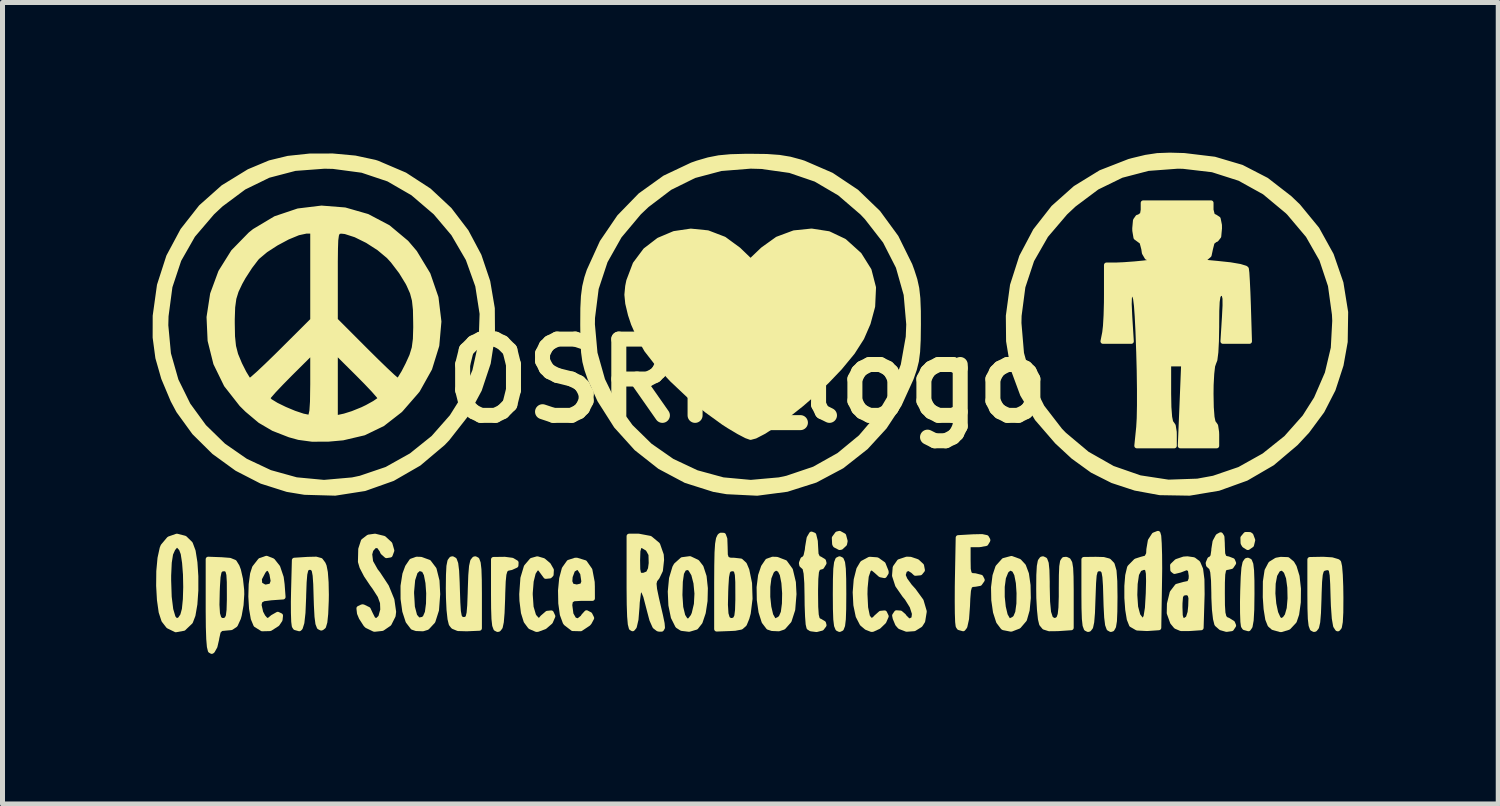
<source format=kicad_pcb>
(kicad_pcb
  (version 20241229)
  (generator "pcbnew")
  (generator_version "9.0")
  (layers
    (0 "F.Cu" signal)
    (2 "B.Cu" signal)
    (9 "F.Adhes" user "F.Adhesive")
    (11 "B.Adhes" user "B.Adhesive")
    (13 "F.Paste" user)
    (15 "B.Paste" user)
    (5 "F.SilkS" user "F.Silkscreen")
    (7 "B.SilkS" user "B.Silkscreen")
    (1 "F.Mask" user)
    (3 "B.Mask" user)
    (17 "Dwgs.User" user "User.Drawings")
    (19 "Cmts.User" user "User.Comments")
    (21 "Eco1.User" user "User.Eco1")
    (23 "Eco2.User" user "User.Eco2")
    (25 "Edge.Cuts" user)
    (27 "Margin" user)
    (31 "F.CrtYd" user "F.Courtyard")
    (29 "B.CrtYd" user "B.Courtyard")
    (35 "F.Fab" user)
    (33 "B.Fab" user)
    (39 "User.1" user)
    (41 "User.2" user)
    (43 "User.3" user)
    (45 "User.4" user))
  (footprint "OSRF_logo"
    (layer "F.Cu")
    (at 11.891 4.56)
    (property "Reference" "OSRF_logo" (at 0 0 0) (layer "F.SilkS") (effects (font (size 1.524 1.524) (thickness 0.3))))
    (attr through_hole)
    (fp_poly (pts (xy 1.946 3.202) (xy 1.934 3.26) (xy 1.864 3.325) (xy 1.836 3.33) (xy 1.75 3.285) (xy 1.736 3.26) (xy 1.73 3.139) (xy 1.789 3.059) (xy 1.833 3.048) (xy 1.917 3.094) (xy 1.946 3.202)) (stroke (width 0.1) (type solid)) (fill yes) (layer "F.SilkS"))
    (fp_poly (pts (xy 10.09 3.182) (xy 10.066 3.281) (xy 9.995 3.33) (xy 9.991 3.33) (xy 9.921 3.285) (xy 9.897 3.242) (xy 9.894 3.137) (xy 9.95 3.07) (xy 10.031 3.071) (xy 10.055 3.089) (xy 10.09 3.182)) (stroke (width 0.1) (type solid)) (fill yes) (layer "F.SilkS"))
    (fp_poly (pts (xy 10.075 4.257) (xy 10.071 4.571) (xy 10.059 4.784) (xy 10.037 4.907) (xy 10.005 4.953) (xy 9.926 4.931) (xy 9.904 4.898) (xy 9.893 4.811) (xy 9.887 4.639) (xy 9.886 4.408) (xy 9.89 4.201) (xy 9.9 3.923) (xy 9.914 3.74) (xy 9.936 3.635) (xy 9.968 3.59) (xy 9.991 3.584) (xy 10.027 3.601) (xy 10.052 3.664) (xy 10.067 3.79) (xy 10.074 3.995) (xy 10.075 4.257)) (stroke (width 0.1) (type solid)) (fill yes) (layer "F.SilkS"))
    (fp_poly (pts (xy -4.629 3.632) (xy -4.632 3.688) (xy -4.727 3.731) (xy -4.755 3.736) (xy -4.812 3.749) (xy -4.849 3.786) (xy -4.872 3.865) (xy -4.886 4.007) (xy -4.895 4.234) (xy -4.898 4.36) (xy -4.909 4.637) (xy -4.924 4.818) (xy -4.946 4.921) (xy -4.979 4.963) (xy -4.997 4.967) (xy -5.033 4.949) (xy -5.057 4.884) (xy -5.071 4.755) (xy -5.078 4.545) (xy -5.08 4.268) (xy -5.08 3.569) (xy -4.854 3.566) (xy -4.708 3.585) (xy -4.629 3.632)) (stroke (width 0.1) (type solid)) (fill yes) (layer "F.SilkS"))
    (fp_poly (pts (xy 1.919 4.262) (xy 1.917 4.56) (xy 1.91 4.763) (xy 1.895 4.888) (xy 1.871 4.95) (xy 1.835 4.967) (xy 1.834 4.967) (xy 1.799 4.95) (xy 1.774 4.889) (xy 1.759 4.766) (xy 1.752 4.565) (xy 1.75 4.268) (xy 1.75 4.262) (xy 1.752 3.963) (xy 1.759 3.76) (xy 1.774 3.636) (xy 1.798 3.573) (xy 1.834 3.556) (xy 1.834 3.556) (xy 1.87 3.573) (xy 1.895 3.634) (xy 1.91 3.757) (xy 1.917 3.958) (xy 1.919 4.255) (xy 1.919 4.262)) (stroke (width 0.1) (type solid)) (fill yes) (layer "F.SilkS"))
    (fp_poly (pts (xy 2.766 4.704) (xy 2.72 4.809) (xy 2.615 4.91) (xy 2.496 4.965) (xy 2.474 4.967) (xy 2.374 4.928) (xy 2.285 4.853) (xy 2.206 4.7) (xy 2.16 4.479) (xy 2.147 4.225) (xy 2.167 3.974) (xy 2.22 3.764) (xy 2.292 3.642) (xy 2.435 3.565) (xy 2.584 3.576) (xy 2.706 3.662) (xy 2.765 3.809) (xy 2.766 3.835) (xy 2.731 3.891) (xy 2.652 3.875) (xy 2.564 3.796) (xy 2.481 3.728) (xy 2.415 3.766) (xy 2.368 3.904) (xy 2.345 4.136) (xy 2.342 4.262) (xy 2.355 4.531) (xy 2.392 4.71) (xy 2.45 4.791) (xy 2.527 4.769) (xy 2.564 4.727) (xy 2.656 4.645) (xy 2.734 4.637) (xy 2.766 4.704)) (stroke (width 0.1) (type solid)) (fill yes) (layer "F.SilkS"))
    (fp_poly (pts (xy 4.798 3.186) (xy 4.759 3.25) (xy 4.631 3.273) (xy 4.6 3.274) (xy 4.403 3.274) (xy 4.403 3.584) (xy 4.406 3.762) (xy 4.426 3.855) (xy 4.473 3.89) (xy 4.544 3.895) (xy 4.657 3.924) (xy 4.685 3.979) (xy 4.636 4.048) (xy 4.546 4.064) (xy 4.476 4.07) (xy 4.433 4.104) (xy 4.41 4.189) (xy 4.397 4.349) (xy 4.391 4.497) (xy 4.372 4.755) (xy 4.338 4.909) (xy 4.304 4.953) (xy 4.225 4.931) (xy 4.204 4.899) (xy 4.194 4.817) (xy 4.188 4.645) (xy 4.186 4.403) (xy 4.187 4.115) (xy 4.189 3.977) (xy 4.205 3.133) (xy 4.501 3.116) (xy 4.68 3.112) (xy 4.77 3.131) (xy 4.798 3.18) (xy 4.798 3.186)) (stroke (width 0.1) (type solid)) (fill yes) (layer "F.SilkS"))
    (fp_poly (pts (xy -3.895 4.704) (xy -3.943 4.815) (xy -4.058 4.914) (xy -4.196 4.965) (xy -4.222 4.967) (xy -4.346 4.913) (xy -4.429 4.801) (xy -4.482 4.631) (xy -4.512 4.392) (xy -4.516 4.262) (xy -4.493 3.943) (xy -4.425 3.716) (xy -4.315 3.587) (xy -4.205 3.556) (xy -4.085 3.591) (xy -3.983 3.677) (xy -3.924 3.78) (xy -3.929 3.871) (xy -3.956 3.898) (xy -4.036 3.906) (xy -4.087 3.837) (xy -4.158 3.739) (xy -4.226 3.742) (xy -4.285 3.833) (xy -4.327 4.002) (xy -4.346 4.236) (xy -4.346 4.275) (xy -4.329 4.52) (xy -4.28 4.687) (xy -4.262 4.716) (xy -4.193 4.791) (xy -4.141 4.776) (xy -4.1 4.727) (xy -4.005 4.645) (xy -3.926 4.637) (xy -3.895 4.704)) (stroke (width 0.1) (type solid)) (fill yes) (layer "F.SilkS"))
    (fp_poly (pts (xy -6.195 4.262) (xy -6.219 4.579) (xy -6.29 4.802) (xy -6.375 4.894) (xy -6.375 4.243) (xy -6.39 4.035) (xy -6.423 3.867) (xy -6.469 3.777) (xy -6.566 3.744) (xy -6.643 3.813) (xy -6.695 3.973) (xy -6.717 4.214) (xy -6.717 4.248) (xy -6.701 4.518) (xy -6.654 4.698) (xy -6.582 4.782) (xy -6.486 4.764) (xy -6.446 4.73) (xy -6.402 4.628) (xy -6.379 4.453) (xy -6.375 4.243) (xy -6.375 4.894) (xy -6.407 4.928) (xy -6.492 4.954) (xy -6.624 4.949) (xy -6.694 4.925) (xy -6.788 4.802) (xy -6.853 4.602) (xy -6.887 4.357) (xy -6.888 4.099) (xy -6.851 3.863) (xy -6.798 3.719) (xy -6.718 3.601) (xy -6.615 3.564) (xy -6.531 3.567) (xy -6.373 3.624) (xy -6.267 3.764) (xy -6.209 3.996) (xy -6.195 4.262)) (stroke (width 0.1) (type solid)) (fill yes) (layer "F.SilkS"))
    (fp_poly (pts (xy -0.847 4.145) (xy -0.853 4.396) (xy -0.889 4.631) (xy -0.952 4.819) (xy -1.015 4.899) (xy -1.015 4.25) (xy -1.035 4.04) (xy -1.08 3.865) (xy -1.147 3.752) (xy -1.206 3.725) (xy -1.277 3.752) (xy -1.323 3.841) (xy -1.347 4.01) (xy -1.355 4.274) (xy -1.355 4.283) (xy -1.339 4.524) (xy -1.297 4.697) (xy -1.237 4.792) (xy -1.166 4.798) (xy -1.094 4.706) (xy -1.071 4.653) (xy -1.026 4.463) (xy -1.015 4.25) (xy -1.015 4.899) (xy -1.034 4.923) (xy -1.172 4.964) (xy -1.32 4.946) (xy -1.401 4.894) (xy -1.487 4.722) (xy -1.536 4.482) (xy -1.548 4.211) (xy -1.523 3.948) (xy -1.458 3.731) (xy -1.431 3.683) (xy -1.308 3.573) (xy -1.156 3.553) (xy -1.012 3.621) (xy -0.933 3.723) (xy -0.872 3.909) (xy -0.847 4.145)) (stroke (width 0.1) (type solid)) (fill yes) (layer "F.SilkS"))
    (fp_poly (pts (xy 3.527 4.608) (xy 3.496 4.8) (xy 3.447 4.877) (xy 3.326 4.952) (xy 3.174 4.963) (xy 3.041 4.912) (xy 2.994 4.858) (xy 2.946 4.743) (xy 2.935 4.689) (xy 2.972 4.634) (xy 3.05 4.64) (xy 3.118 4.698) (xy 3.125 4.713) (xy 3.2 4.788) (xy 3.244 4.798) (xy 3.319 4.757) (xy 3.331 4.652) (xy 3.284 4.505) (xy 3.183 4.342) (xy 3.133 4.282) (xy 2.995 4.083) (xy 2.933 3.892) (xy 2.946 3.729) (xy 3.028 3.613) (xy 3.178 3.563) (xy 3.251 3.566) (xy 3.386 3.612) (xy 3.473 3.693) (xy 3.49 3.782) (xy 3.446 3.836) (xy 3.351 3.845) (xy 3.3 3.797) (xy 3.213 3.743) (xy 3.135 3.78) (xy 3.104 3.882) (xy 3.142 3.973) (xy 3.237 4.104) (xy 3.313 4.188) (xy 3.465 4.397) (xy 3.527 4.608)) (stroke (width 0.1) (type solid)) (fill yes) (layer "F.SilkS"))
    (fp_poly (pts (xy 0.924 4.262) (xy 0.899 4.57) (xy 0.827 4.793) (xy 0.737 4.895) (xy 0.737 4.243) (xy 0.722 4.035) (xy 0.689 3.867) (xy 0.643 3.777) (xy 0.563 3.734) (xy 0.495 3.781) (xy 0.474 3.809) (xy 0.424 3.933) (xy 0.401 4.113) (xy 0.4 4.318) (xy 0.421 4.518) (xy 0.46 4.683) (xy 0.516 4.782) (xy 0.552 4.798) (xy 0.628 4.762) (xy 0.666 4.73) (xy 0.71 4.628) (xy 0.733 4.453) (xy 0.737 4.243) (xy 0.737 4.895) (xy 0.712 4.923) (xy 0.62 4.954) (xy 0.486 4.948) (xy 0.413 4.924) (xy 0.326 4.81) (xy 0.265 4.617) (xy 0.231 4.378) (xy 0.227 4.125) (xy 0.256 3.891) (xy 0.314 3.719) (xy 0.394 3.601) (xy 0.497 3.564) (xy 0.581 3.567) (xy 0.744 3.629) (xy 0.853 3.78) (xy 0.912 4.027) (xy 0.924 4.262)) (stroke (width 0.1) (type solid)) (fill yes) (layer "F.SilkS"))
    (fp_poly (pts (xy 11.852 4.337) (xy 11.85 4.626) (xy 11.84 4.817) (xy 11.821 4.921) (xy 11.792 4.955) (xy 11.783 4.953) (xy 11.746 4.896) (xy 11.72 4.746) (xy 11.702 4.495) (xy 11.696 4.324) (xy 11.688 4.057) (xy 11.678 3.883) (xy 11.66 3.784) (xy 11.631 3.74) (xy 11.586 3.732) (xy 11.555 3.736) (xy 11.5 3.75) (xy 11.463 3.787) (xy 11.44 3.868) (xy 11.426 4.013) (xy 11.417 4.242) (xy 11.414 4.36) (xy 11.404 4.637) (xy 11.389 4.818) (xy 11.366 4.921) (xy 11.333 4.963) (xy 11.315 4.967) (xy 11.28 4.949) (xy 11.256 4.884) (xy 11.241 4.755) (xy 11.234 4.545) (xy 11.232 4.269) (xy 11.232 3.57) (xy 11.498 3.565) (xy 11.673 3.576) (xy 11.788 3.61) (xy 11.808 3.628) (xy 11.826 3.71) (xy 11.84 3.878) (xy 11.849 4.108) (xy 11.852 4.337)) (stroke (width 0.1) (type solid)) (fill yes) (layer "F.SilkS"))
    (fp_poly (pts (xy -5.362 4.943) (xy -5.615 4.954) (xy -5.788 4.949) (xy -5.885 4.909) (xy -5.925 4.857) (xy -5.949 4.757) (xy -5.969 4.574) (xy -5.98 4.336) (xy -5.983 4.152) (xy -5.98 3.88) (xy -5.971 3.702) (xy -5.951 3.601) (xy -5.92 3.56) (xy -5.9 3.556) (xy -5.862 3.577) (xy -5.835 3.651) (xy -5.817 3.797) (xy -5.806 4.03) (xy -5.802 4.163) (xy -5.793 4.431) (xy -5.782 4.606) (xy -5.763 4.708) (xy -5.733 4.756) (xy -5.688 4.769) (xy -5.673 4.77) (xy -5.623 4.762) (xy -5.589 4.725) (xy -5.568 4.639) (xy -5.555 4.485) (xy -5.546 4.243) (xy -5.544 4.163) (xy -5.534 3.886) (xy -5.519 3.705) (xy -5.496 3.602) (xy -5.463 3.56) (xy -5.445 3.556) (xy -5.41 3.574) (xy -5.386 3.64) (xy -5.371 3.769) (xy -5.364 3.98) (xy -5.362 4.249) (xy -5.362 4.943)) (stroke (width 0.1) (type solid)) (fill yes) (layer "F.SilkS"))
    (fp_poly (pts (xy 5.606 4.339) (xy 5.583 4.58) (xy 5.53 4.765) (xy 5.528 4.77) (xy 5.421 4.895) (xy 5.421 4.243) (xy 5.407 4.035) (xy 5.374 3.867) (xy 5.328 3.777) (xy 5.248 3.734) (xy 5.18 3.781) (xy 5.159 3.809) (xy 5.109 3.933) (xy 5.085 4.113) (xy 5.085 4.318) (xy 5.106 4.518) (xy 5.145 4.683) (xy 5.201 4.782) (xy 5.237 4.798) (xy 5.313 4.762) (xy 5.351 4.73) (xy 5.394 4.628) (xy 5.418 4.453) (xy 5.421 4.243) (xy 5.421 4.895) (xy 5.415 4.903) (xy 5.262 4.962) (xy 5.11 4.932) (xy 5.098 4.924) (xy 5.012 4.81) (xy 4.95 4.618) (xy 4.916 4.38) (xy 4.911 4.127) (xy 4.94 3.894) (xy 4.997 3.723) (xy 5.117 3.589) (xy 5.269 3.549) (xy 5.422 3.605) (xy 5.51 3.7) (xy 5.569 3.858) (xy 5.601 4.085) (xy 5.606 4.339)) (stroke (width 0.1) (type solid)) (fill yes) (layer "F.SilkS"))
    (fp_poly (pts (xy 6.463 4.933) (xy 6.197 4.951) (xy 6.023 4.953) (xy 5.925 4.922) (xy 5.872 4.858) (xy 5.848 4.758) (xy 5.829 4.574) (xy 5.816 4.336) (xy 5.814 4.152) (xy 5.816 3.881) (xy 5.826 3.704) (xy 5.845 3.603) (xy 5.876 3.561) (xy 5.898 3.556) (xy 5.938 3.575) (xy 5.964 3.645) (xy 5.978 3.783) (xy 5.984 4.01) (xy 5.984 4.106) (xy 5.991 4.415) (xy 6.011 4.624) (xy 6.05 4.745) (xy 6.11 4.79) (xy 6.175 4.78) (xy 6.216 4.746) (xy 6.243 4.669) (xy 6.258 4.531) (xy 6.265 4.31) (xy 6.265 4.146) (xy 6.267 3.88) (xy 6.274 3.708) (xy 6.29 3.61) (xy 6.318 3.57) (xy 6.361 3.566) (xy 6.364 3.567) (xy 6.406 3.586) (xy 6.435 3.638) (xy 6.452 3.742) (xy 6.46 3.916) (xy 6.463 4.179) (xy 6.463 4.26) (xy 6.463 4.933)) (stroke (width 0.1) (type solid)) (fill yes) (layer "F.SilkS"))
    (fp_poly (pts (xy 7.338 4.325) (xy 7.335 4.609) (xy 7.327 4.798) (xy 7.309 4.909) (xy 7.281 4.959) (xy 7.255 4.967) (xy 7.217 4.946) (xy 7.19 4.872) (xy 7.172 4.726) (xy 7.16 4.493) (xy 7.156 4.36) (xy 7.148 4.092) (xy 7.136 3.917) (xy 7.118 3.815) (xy 7.088 3.768) (xy 7.042 3.754) (xy 7.027 3.754) (xy 6.977 3.761) (xy 6.944 3.798) (xy 6.922 3.884) (xy 6.91 4.038) (xy 6.901 4.28) (xy 6.898 4.36) (xy 6.888 4.637) (xy 6.873 4.818) (xy 6.851 4.921) (xy 6.818 4.963) (xy 6.8 4.967) (xy 6.764 4.949) (xy 6.74 4.884) (xy 6.726 4.755) (xy 6.719 4.545) (xy 6.717 4.268) (xy 6.717 3.569) (xy 6.955 3.566) (xy 7.109 3.57) (xy 7.214 3.598) (xy 7.282 3.668) (xy 7.319 3.797) (xy 7.334 4.003) (xy 7.338 4.304) (xy 7.338 4.325)) (stroke (width 0.1) (type solid)) (fill yes) (layer "F.SilkS"))
    (fp_poly (pts (xy 11.004 4.155) (xy 11.001 4.423) (xy 10.968 4.662) (xy 10.921 4.801) (xy 10.836 4.892) (xy 10.836 4.347) (xy 10.831 4.128) (xy 10.805 3.935) (xy 10.759 3.81) (xy 10.759 3.809) (xy 10.686 3.737) (xy 10.614 3.758) (xy 10.589 3.777) (xy 10.53 3.88) (xy 10.499 4.047) (xy 10.493 4.249) (xy 10.511 4.455) (xy 10.549 4.635) (xy 10.605 4.759) (xy 10.668 4.798) (xy 10.733 4.754) (xy 10.779 4.689) (xy 10.819 4.548) (xy 10.836 4.347) (xy 10.836 4.892) (xy 10.804 4.926) (xy 10.651 4.972) (xy 10.499 4.93) (xy 10.435 4.874) (xy 10.39 4.76) (xy 10.357 4.555) (xy 10.341 4.323) (xy 10.343 4.01) (xy 10.376 3.792) (xy 10.448 3.655) (xy 10.564 3.583) (xy 10.652 3.567) (xy 10.788 3.572) (xy 10.874 3.643) (xy 10.919 3.719) (xy 10.976 3.906) (xy 11.004 4.155)) (stroke (width 0.1) (type solid)) (fill yes) (layer "F.SilkS"))
    (fp_poly (pts (xy -8.42 4.272) (xy -8.422 4.397) (xy -8.433 4.656) (xy -8.45 4.82) (xy -8.476 4.908) (xy -8.514 4.938) (xy -8.523 4.939) (xy -8.562 4.919) (xy -8.589 4.849) (xy -8.607 4.71) (xy -8.619 4.485) (xy -8.624 4.332) (xy -8.632 4.063) (xy -8.644 3.888) (xy -8.663 3.786) (xy -8.693 3.739) (xy -8.738 3.726) (xy -8.749 3.725) (xy -8.798 3.734) (xy -8.83 3.774) (xy -8.851 3.865) (xy -8.864 4.025) (xy -8.873 4.276) (xy -8.874 4.328) (xy -8.887 4.632) (xy -8.909 4.832) (xy -8.941 4.935) (xy -8.961 4.953) (xy -9.04 4.931) (xy -9.061 4.898) (xy -9.072 4.811) (xy -9.078 4.639) (xy -9.079 4.408) (xy -9.075 4.202) (xy -9.059 3.584) (xy -8.791 3.567) (xy -8.625 3.563) (xy -8.535 3.588) (xy -8.484 3.656) (xy -8.464 3.703) (xy -8.44 3.826) (xy -8.425 4.027) (xy -8.42 4.272)) (stroke (width 0.1) (type solid)) (fill yes) (layer "F.SilkS"))
    (fp_poly (pts (xy 1.524 4.882) (xy 1.478 4.942) (xy 1.374 4.969) (xy 1.264 4.955) (xy 1.223 4.929) (xy 1.207 4.861) (xy 1.195 4.704) (xy 1.187 4.486) (xy 1.185 4.309) (xy 1.18 4.04) (xy 1.166 3.846) (xy 1.143 3.74) (xy 1.129 3.725) (xy 1.079 3.68) (xy 1.072 3.641) (xy 1.101 3.566) (xy 1.126 3.556) (xy 1.162 3.506) (xy 1.19 3.38) (xy 1.196 3.32) (xy 1.226 3.143) (xy 1.273 3.062) (xy 1.32 3.081) (xy 1.35 3.203) (xy 1.355 3.297) (xy 1.365 3.466) (xy 1.402 3.544) (xy 1.439 3.556) (xy 1.514 3.601) (xy 1.524 3.641) (xy 1.479 3.715) (xy 1.439 3.725) (xy 1.399 3.745) (xy 1.373 3.815) (xy 1.36 3.955) (xy 1.355 4.184) (xy 1.355 4.262) (xy 1.358 4.517) (xy 1.369 4.679) (xy 1.391 4.766) (xy 1.427 4.797) (xy 1.439 4.798) (xy 1.514 4.843) (xy 1.524 4.882)) (stroke (width 0.1) (type solid)) (fill yes) (layer "F.SilkS"))
    (fp_poly (pts (xy 8.231 3.754) (xy 8.228 3.991) (xy 8.213 4.933) (xy 8.009 4.947) (xy 8.009 3.999) (xy 8.005 3.846) (xy 7.989 3.764) (xy 7.955 3.731) (xy 7.911 3.725) (xy 7.825 3.758) (xy 7.769 3.863) (xy 7.741 4.056) (xy 7.734 4.279) (xy 7.75 4.517) (xy 7.796 4.689) (xy 7.865 4.778) (xy 7.92 4.783) (xy 7.958 4.713) (xy 7.986 4.538) (xy 8.002 4.263) (xy 8.003 4.243) (xy 8.009 3.999) (xy 8.009 4.947) (xy 7.979 4.949) (xy 7.782 4.939) (xy 7.668 4.873) (xy 7.623 4.76) (xy 7.592 4.57) (xy 7.575 4.338) (xy 7.575 4.099) (xy 7.592 3.888) (xy 7.627 3.74) (xy 7.633 3.725) (xy 7.756 3.6) (xy 7.861 3.566) (xy 7.969 3.537) (xy 8.01 3.458) (xy 8.015 3.366) (xy 8.044 3.195) (xy 8.119 3.079) (xy 8.197 3.048) (xy 8.212 3.101) (xy 8.222 3.249) (xy 8.229 3.473) (xy 8.231 3.754)) (stroke (width 0.1) (type solid)) (fill yes) (layer "F.SilkS"))
    (fp_poly (pts (xy -11.028 3.903) (xy -11.028 4.191) (xy -11.047 4.462) (xy -11.085 4.683) (xy -11.135 4.814) (xy -11.23 4.904) (xy -11.23 4.121) (xy -11.235 3.867) (xy -11.253 3.633) (xy -11.281 3.45) (xy -11.317 3.355) (xy -11.385 3.279) (xy -11.435 3.293) (xy -11.486 3.355) (xy -11.532 3.457) (xy -11.559 3.629) (xy -11.571 3.89) (xy -11.571 3.986) (xy -11.56 4.318) (xy -11.529 4.569) (xy -11.481 4.732) (xy -11.419 4.801) (xy -11.345 4.768) (xy -11.291 4.689) (xy -11.257 4.564) (xy -11.237 4.364) (xy -11.23 4.121) (xy -11.23 4.904) (xy -11.272 4.945) (xy -11.428 4.973) (xy -11.577 4.9) (xy -11.667 4.784) (xy -11.721 4.618) (xy -11.755 4.377) (xy -11.771 4.094) (xy -11.768 3.804) (xy -11.744 3.543) (xy -11.701 3.346) (xy -11.683 3.302) (xy -11.562 3.158) (xy -11.407 3.104) (xy -11.25 3.144) (xy -11.137 3.254) (xy -11.082 3.402) (xy -11.046 3.629) (xy -11.028 3.903)) (stroke (width 0.1) (type solid)) (fill yes) (layer "F.SilkS"))
    (fp_poly (pts (xy -9.285 4.318) (xy -9.484 4.332) (xy -9.484 3.993) (xy -9.509 3.852) (xy -9.541 3.782) (xy -9.593 3.731) (xy -9.651 3.769) (xy -9.681 3.807) (xy -9.759 3.955) (xy -9.75 4.065) (xy -9.658 4.118) (xy -9.624 4.12) (xy -9.515 4.096) (xy -9.484 4.006) (xy -9.484 3.993) (xy -9.484 4.332) (xy -9.525 4.335) (xy -9.678 4.355) (xy -9.748 4.396) (xy -9.765 4.477) (xy -9.765 4.48) (xy -9.731 4.629) (xy -9.685 4.716) (xy -9.621 4.789) (xy -9.562 4.781) (xy -9.493 4.723) (xy -9.391 4.665) (xy -9.336 4.691) (xy -9.345 4.775) (xy -9.401 4.858) (xy -9.545 4.95) (xy -9.702 4.954) (xy -9.829 4.874) (xy -9.881 4.749) (xy -9.915 4.549) (xy -9.929 4.31) (xy -9.922 4.067) (xy -9.894 3.857) (xy -9.854 3.733) (xy -9.741 3.589) (xy -9.616 3.546) (xy -9.494 3.594) (xy -9.391 3.724) (xy -9.322 3.928) (xy -9.304 4.064) (xy -9.285 4.318)) (stroke (width 0.1) (type solid)) (fill yes) (layer "F.SilkS"))
    (fp_poly (pts (xy -7.076 4.615) (xy -7.086 4.694) (xy -7.166 4.853) (xy -7.303 4.947) (xy -7.461 4.964) (xy -7.608 4.893) (xy -7.633 4.868) (xy -7.722 4.73) (xy -7.758 4.643) (xy -7.769 4.546) (xy -7.706 4.516) (xy -7.686 4.516) (xy -7.583 4.566) (xy -7.539 4.66) (xy -7.481 4.774) (xy -7.405 4.792) (xy -7.334 4.723) (xy -7.293 4.576) (xy -7.293 4.567) (xy -7.298 4.431) (xy -7.347 4.296) (xy -7.456 4.126) (xy -7.504 4.061) (xy -7.623 3.883) (xy -7.708 3.719) (xy -7.739 3.614) (xy -7.733 3.362) (xy -7.681 3.203) (xy -7.576 3.122) (xy -7.448 3.104) (xy -7.272 3.147) (xy -7.15 3.259) (xy -7.112 3.391) (xy -7.145 3.48) (xy -7.219 3.492) (xy -7.292 3.427) (xy -7.311 3.383) (xy -7.375 3.293) (xy -7.458 3.293) (xy -7.529 3.373) (xy -7.554 3.464) (xy -7.535 3.617) (xy -7.436 3.793) (xy -7.389 3.853) (xy -7.218 4.113) (xy -7.11 4.377) (xy -7.076 4.615)) (stroke (width 0.1) (type solid)) (fill yes) (layer "F.SilkS"))
    (fp_poly (pts (xy -3.104 4.346) (xy -3.274 4.346) (xy -3.274 4.012) (xy -3.299 3.844) (xy -3.365 3.742) (xy -3.415 3.725) (xy -3.498 3.776) (xy -3.548 3.91) (xy -3.556 4.012) (xy -3.52 4.098) (xy -3.415 4.12) (xy -3.303 4.093) (xy -3.274 4.012) (xy -3.274 4.346) (xy -3.33 4.346) (xy -3.476 4.354) (xy -3.541 4.391) (xy -3.556 4.475) (xy -3.556 4.483) (xy -3.532 4.664) (xy -3.47 4.773) (xy -3.387 4.799) (xy -3.298 4.728) (xy -3.28 4.699) (xy -3.221 4.634) (xy -3.154 4.669) (xy -3.119 4.74) (xy -3.166 4.828) (xy -3.188 4.853) (xy -3.339 4.953) (xy -3.497 4.949) (xy -3.633 4.844) (xy -3.648 4.823) (xy -3.705 4.668) (xy -3.736 4.443) (xy -3.741 4.19) (xy -3.718 3.95) (xy -3.668 3.762) (xy -3.662 3.75) (xy -3.574 3.626) (xy -3.449 3.585) (xy -3.416 3.584) (xy -3.256 3.633) (xy -3.154 3.779) (xy -3.108 4.022) (xy -3.105 4.106) (xy -3.104 4.346)) (stroke (width 0.1) (type solid)) (fill yes) (layer "F.SilkS"))
    (fp_poly (pts (xy 9.079 4.262) (xy 9.075 4.395) (xy 9.059 4.933) (xy 8.856 4.947) (xy 8.856 4.338) (xy 8.836 4.259) (xy 8.781 4.234) (xy 8.752 4.233) (xy 8.683 4.247) (xy 8.648 4.307) (xy 8.637 4.441) (xy 8.636 4.52) (xy 8.642 4.69) (xy 8.665 4.771) (xy 8.715 4.79) (xy 8.735 4.787) (xy 8.801 4.743) (xy 8.838 4.627) (xy 8.851 4.501) (xy 8.856 4.338) (xy 8.856 4.947) (xy 8.82 4.949) (xy 8.656 4.949) (xy 8.557 4.907) (xy 8.488 4.824) (xy 8.422 4.64) (xy 8.426 4.456) (xy 8.481 4.232) (xy 8.578 4.105) (xy 8.725 4.064) (xy 8.728 4.064) (xy 8.824 4.044) (xy 8.859 3.963) (xy 8.862 3.895) (xy 8.842 3.765) (xy 8.771 3.73) (xy 8.636 3.782) (xy 8.529 3.808) (xy 8.493 3.779) (xy 8.489 3.688) (xy 8.571 3.609) (xy 8.713 3.561) (xy 8.785 3.556) (xy 8.909 3.574) (xy 8.995 3.639) (xy 9.049 3.765) (xy 9.075 3.968) (xy 9.079 4.262)) (stroke (width 0.1) (type solid)) (fill yes) (layer "F.SilkS"))
    (fp_poly (pts (xy 9.708 4.889) (xy 9.666 4.952) (xy 9.567 4.966) (xy 9.455 4.934) (xy 9.373 4.861) (xy 9.372 4.858) (xy 9.346 4.754) (xy 9.325 4.57) (xy 9.314 4.339) (xy 9.313 4.237) (xy 9.307 3.992) (xy 9.291 3.818) (xy 9.266 3.731) (xy 9.257 3.725) (xy 9.207 3.68) (xy 9.2 3.641) (xy 9.231 3.566) (xy 9.257 3.556) (xy 9.295 3.507) (xy 9.313 3.385) (xy 9.313 3.365) (xy 9.337 3.214) (xy 9.394 3.108) (xy 9.398 3.104) (xy 9.449 3.076) (xy 9.475 3.117) (xy 9.482 3.245) (xy 9.483 3.295) (xy 9.49 3.456) (xy 9.519 3.534) (xy 9.583 3.556) (xy 9.596 3.556) (xy 9.687 3.591) (xy 9.708 3.641) (xy 9.661 3.71) (xy 9.596 3.725) (xy 9.542 3.734) (xy 9.509 3.773) (xy 9.491 3.865) (xy 9.484 4.031) (xy 9.483 4.239) (xy 9.485 4.483) (xy 9.495 4.638) (xy 9.517 4.725) (xy 9.556 4.767) (xy 9.596 4.781) (xy 9.687 4.838) (xy 9.708 4.889)) (stroke (width 0.1) (type solid)) (fill yes) (layer "F.SilkS"))
    (fp_poly (pts (xy 0.046 4.353) (xy 0.01 4.642) (xy -0.017 4.741) (xy -0.067 4.862) (xy -0.134 4.921) (xy -0.198 4.933) (xy -0.198 4.261) (xy -0.199 4.02) (xy -0.208 3.87) (xy -0.229 3.79) (xy -0.266 3.758) (xy -0.31 3.754) (xy -0.367 3.764) (xy -0.403 3.811) (xy -0.424 3.917) (xy -0.436 4.104) (xy -0.44 4.2) (xy -0.446 4.475) (xy -0.435 4.653) (xy -0.405 4.753) (xy -0.35 4.79) (xy -0.297 4.787) (xy -0.249 4.764) (xy -0.219 4.702) (xy -0.204 4.58) (xy -0.198 4.376) (xy -0.198 4.261) (xy -0.198 4.933) (xy -0.255 4.944) (xy -0.353 4.949) (xy -0.621 4.959) (xy -0.621 4.038) (xy -0.619 3.687) (xy -0.614 3.433) (xy -0.603 3.261) (xy -0.585 3.155) (xy -0.559 3.1) (xy -0.536 3.084) (xy -0.484 3.086) (xy -0.458 3.157) (xy -0.452 3.318) (xy -0.448 3.48) (xy -0.422 3.558) (xy -0.355 3.583) (xy -0.269 3.585) (xy -0.14 3.6) (xy -0.066 3.668) (xy -0.018 3.782) (xy 0.036 4.046) (xy 0.046 4.353)) (stroke (width 0.1) (type solid)) (fill yes) (layer "F.SilkS"))
    (fp_poly (pts (xy 2.513 -1.864) (xy 2.496 -1.491) (xy 2.491 -1.469) (xy 2.405 -1.151) (xy 2.278 -0.859) (xy 2.094 -0.571) (xy 1.841 -0.264) (xy 1.584 0.005) (xy 1.339 0.237) (xy 1.074 0.467) (xy 0.804 0.681) (xy 0.548 0.868) (xy 0.325 1.013) (xy 0.15 1.104) (xy 0.056 1.129) (xy -0.028 1.099) (xy -0.179 1.02) (xy -0.372 0.905) (xy -0.481 0.835) (xy -0.825 0.586) (xy -1.178 0.291) (xy -1.513 -0.025) (xy -1.803 -0.337) (xy -2.022 -0.619) (xy -2.025 -0.624) (xy -2.161 -0.864) (xy -2.283 -1.14) (xy -2.344 -1.323) (xy -2.398 -1.549) (xy -2.415 -1.721) (xy -2.399 -1.89) (xy -2.377 -1.998) (xy -2.249 -2.335) (xy -2.044 -2.609) (xy -1.778 -2.813) (xy -1.47 -2.943) (xy -1.138 -2.992) (xy -0.8 -2.958) (xy -0.473 -2.833) (xy -0.185 -2.622) (xy 0.056 -2.39) (xy 0.301 -2.624) (xy 0.592 -2.833) (xy 0.925 -2.957) (xy 1.275 -2.993) (xy 1.617 -2.94) (xy 1.924 -2.794) (xy 1.934 -2.787) (xy 2.229 -2.521) (xy 2.424 -2.21) (xy 2.513 -1.864)) (stroke (width 0.1) (type solid)) (fill yes) (layer "F.SilkS"))
    (fp_poly (pts (xy -10.11 4.262) (xy -10.124 4.476) (xy -10.16 4.68) (xy -10.177 4.741) (xy -10.239 4.876) (xy -10.322 4.931) (xy -10.358 4.934) (xy -10.358 4.261) (xy -10.359 4.02) (xy -10.368 3.87) (xy -10.389 3.79) (xy -10.426 3.758) (xy -10.47 3.754) (xy -10.527 3.764) (xy -10.563 3.811) (xy -10.584 3.917) (xy -10.596 4.104) (xy -10.6 4.2) (xy -10.606 4.475) (xy -10.595 4.653) (xy -10.565 4.753) (xy -10.51 4.79) (xy -10.457 4.787) (xy -10.409 4.764) (xy -10.379 4.702) (xy -10.364 4.58) (xy -10.358 4.376) (xy -10.358 4.261) (xy -10.358 4.934) (xy -10.414 4.939) (xy -10.525 4.95) (xy -10.58 5.006) (xy -10.609 5.138) (xy -10.612 5.16) (xy -10.646 5.307) (xy -10.696 5.396) (xy -10.71 5.405) (xy -10.738 5.389) (xy -10.757 5.311) (xy -10.77 5.159) (xy -10.778 4.922) (xy -10.781 4.587) (xy -10.781 4.496) (xy -10.781 3.564) (xy -10.513 3.574) (xy -10.348 3.587) (xy -10.257 3.624) (xy -10.204 3.71) (xy -10.177 3.782) (xy -10.136 3.962) (xy -10.112 4.181) (xy -10.11 4.262)) (stroke (width 0.1) (type solid)) (fill yes) (layer "F.SilkS"))
    (fp_poly (pts (xy -1.704 4.93) (xy -1.722 4.961) (xy -1.764 4.962) (xy -1.791 4.957) (xy -1.856 4.907) (xy -1.915 4.775) (xy -1.929 4.723) (xy -1.929 3.643) (xy -1.934 3.466) (xy -1.992 3.361) (xy -2.01 3.347) (xy -2.11 3.287) (xy -2.168 3.3) (xy -2.195 3.398) (xy -2.201 3.588) (xy -2.198 3.767) (xy -2.18 3.858) (xy -2.136 3.888) (xy -2.074 3.884) (xy -1.988 3.85) (xy -1.944 3.759) (xy -1.929 3.643) (xy -1.929 4.723) (xy -1.975 4.548) (xy -2.039 4.302) (xy -2.096 4.167) (xy -2.145 4.142) (xy -2.183 4.229) (xy -2.208 4.427) (xy -2.213 4.521) (xy -2.233 4.767) (xy -2.267 4.913) (xy -2.3 4.953) (xy -2.327 4.937) (xy -2.347 4.859) (xy -2.36 4.708) (xy -2.368 4.471) (xy -2.371 4.137) (xy -2.371 4.04) (xy -2.371 3.104) (xy -2.179 3.104) (xy -1.952 3.147) (xy -1.8 3.273) (xy -1.728 3.478) (xy -1.722 3.577) (xy -1.745 3.788) (xy -1.81 3.923) (xy -1.812 3.925) (xy -1.856 3.98) (xy -1.873 4.05) (xy -1.862 4.162) (xy -1.824 4.345) (xy -1.8 4.449) (xy -1.743 4.693) (xy -1.711 4.847) (xy -1.704 4.93)) (stroke (width 0.1) (type solid)) (fill yes) (layer "F.SilkS"))
    (fp_poly (pts (xy -5.1 -0.901) (xy -5.185 -0.356) (xy -5.308 0.013) (xy -5.308 -1.341) (xy -5.395 -1.9) (xy -5.587 -2.436) (xy -5.881 -2.94) (xy -6.239 -3.363) (xy -6.692 -3.75) (xy -7.178 -4.031) (xy -7.706 -4.208) (xy -8.284 -4.285) (xy -8.459 -4.289) (xy -9.045 -4.245) (xy -9.576 -4.106) (xy -10.066 -3.867) (xy -10.527 -3.524) (xy -10.702 -3.36) (xy -11.087 -2.909) (xy -11.367 -2.418) (xy -11.545 -1.882) (xy -11.623 -1.295) (xy -11.628 -1.11) (xy -11.575 -0.541) (xy -11.423 -0.008) (xy -11.182 0.481) (xy -10.864 0.917) (xy -10.477 1.294) (xy -10.034 1.601) (xy -9.545 1.831) (xy -9.019 1.977) (xy -8.467 2.029) (xy -7.9 1.979) (xy -7.739 1.945) (xy -7.215 1.767) (xy -6.723 1.492) (xy -6.282 1.138) (xy -5.912 0.718) (xy -5.688 0.361) (xy -5.453 -0.2) (xy -5.327 -0.771) (xy -5.308 -1.341) (xy -5.308 0.013) (xy -5.362 0.176) (xy -5.634 0.684) (xy -6.003 1.155) (xy -6.091 1.247) (xy -6.57 1.651) (xy -7.094 1.953) (xy -7.655 2.152) (xy -8.244 2.244) (xy -8.854 2.227) (xy -9.2 2.17) (xy -9.714 2.007) (xy -10.208 1.753) (xy -10.664 1.422) (xy -11.058 1.032) (xy -11.372 0.599) (xy -11.484 0.389) (xy -11.671 -0.056) (xy -11.787 -0.462) (xy -11.841 -0.868) (xy -11.84 -1.298) (xy -11.755 -1.91) (xy -11.57 -2.484) (xy -11.29 -3.007) (xy -10.925 -3.472) (xy -10.481 -3.867) (xy -9.966 -4.183) (xy -9.55 -4.357) (xy -9.183 -4.446) (xy -8.751 -4.492) (xy -8.292 -4.493) (xy -7.846 -4.452) (xy -7.451 -4.367) (xy -7.404 -4.352) (xy -6.851 -4.116) (xy -6.368 -3.802) (xy -5.959 -3.42) (xy -5.625 -2.982) (xy -5.369 -2.5) (xy -5.195 -1.984) (xy -5.104 -1.448) (xy -5.1 -0.901)) (stroke (width 0.1) (type solid)) (fill yes) (layer "F.SilkS"))
    (fp_poly (pts (xy 11.947 -1.373) (xy 11.938 -0.781) (xy 11.855 -0.316) (xy 11.729 0.071) (xy 11.729 -1.199) (xy 11.723 -1.326) (xy 11.643 -1.904) (xy 11.469 -2.426) (xy 11.196 -2.905) (xy 10.817 -3.354) (xy 10.784 -3.387) (xy 10.325 -3.769) (xy 9.827 -4.045) (xy 9.286 -4.218) (xy 8.698 -4.287) (xy 8.588 -4.289) (xy 8.001 -4.245) (xy 7.469 -4.106) (xy 6.979 -3.867) (xy 6.519 -3.523) (xy 6.345 -3.36) (xy 5.957 -2.905) (xy 5.675 -2.413) (xy 5.498 -1.88) (xy 5.422 -1.301) (xy 5.419 -1.155) (xy 5.47 -0.55) (xy 5.624 0.01) (xy 5.881 0.523) (xy 6.239 0.987) (xy 6.322 1.073) (xy 6.781 1.458) (xy 7.29 1.747) (xy 7.836 1.937) (xy 8.405 2.024) (xy 8.986 2.004) (xy 9.308 1.945) (xy 9.825 1.768) (xy 10.315 1.494) (xy 10.757 1.141) (xy 11.128 0.723) (xy 11.361 0.355) (xy 11.58 -0.151) (xy 11.7 -0.657) (xy 11.729 -1.199) (xy 11.729 0.071) (xy 11.696 0.172) (xy 11.476 0.601) (xy 11.178 1.004) (xy 10.952 1.247) (xy 10.482 1.645) (xy 9.963 1.947) (xy 9.408 2.147) (xy 8.828 2.244) (xy 8.234 2.234) (xy 7.744 2.144) (xy 7.287 1.994) (xy 6.885 1.791) (xy 6.505 1.516) (xy 6.181 1.216) (xy 5.782 0.755) (xy 5.492 0.275) (xy 5.303 -0.237) (xy 5.212 -0.794) (xy 5.207 -1.298) (xy 5.29 -1.91) (xy 5.473 -2.481) (xy 5.748 -3.001) (xy 6.108 -3.461) (xy 6.546 -3.851) (xy 7.052 -4.162) (xy 7.621 -4.384) (xy 7.691 -4.403) (xy 7.953 -4.466) (xy 8.185 -4.501) (xy 8.434 -4.51) (xy 8.721 -4.502) (xy 9.326 -4.429) (xy 9.869 -4.268) (xy 10.365 -4.012) (xy 10.828 -3.653) (xy 10.997 -3.491) (xy 11.374 -3.032) (xy 11.66 -2.515) (xy 11.853 -1.956) (xy 11.947 -1.373)) (stroke (width 0.1) (type solid)) (fill yes) (layer "F.SilkS"))
    (fp_poly (pts (xy 3.41 -1.129) (xy 3.406 -0.814) (xy 3.394 -0.58) (xy 3.37 -0.396) (xy 3.329 -0.231) (xy 3.267 -0.053) (xy 3.263 -0.043) (xy 3.217 0.058) (xy 3.217 -1.129) (xy 3.165 -1.724) (xy 3.008 -2.278) (xy 2.746 -2.791) (xy 2.378 -3.264) (xy 2.286 -3.361) (xy 1.837 -3.747) (xy 1.359 -4.027) (xy 0.842 -4.204) (xy 0.274 -4.284) (xy 0.056 -4.29) (xy -0.533 -4.243) (xy -1.067 -4.101) (xy -1.557 -3.859) (xy -2.015 -3.511) (xy -2.173 -3.361) (xy -2.564 -2.895) (xy -2.848 -2.391) (xy -3.028 -1.846) (xy -3.102 -1.26) (xy -3.104 -1.129) (xy -3.052 -0.554) (xy -2.9 -0.017) (xy -2.66 0.476) (xy -2.341 0.916) (xy -1.955 1.294) (xy -1.512 1.603) (xy -1.021 1.834) (xy -0.494 1.978) (xy 0.06 2.029) (xy 0.629 1.978) (xy 0.784 1.945) (xy 1.328 1.761) (xy 1.822 1.484) (xy 2.257 1.125) (xy 2.622 0.698) (xy 2.909 0.214) (xy 3.107 -0.315) (xy 3.207 -0.877) (xy 3.217 -1.129) (xy 3.217 0.058) (xy 3.027 0.475) (xy 2.734 0.92) (xy 2.362 1.326) (xy 2.361 1.327) (xy 1.882 1.704) (xy 1.352 1.986) (xy 0.783 2.167) (xy 0.188 2.245) (xy -0.42 2.215) (xy -0.677 2.17) (xy -1.239 1.992) (xy -1.758 1.716) (xy -2.224 1.349) (xy -2.628 0.902) (xy -2.958 0.383) (xy -3.15 -0.043) (xy -3.213 -0.223) (xy -3.255 -0.388) (xy -3.28 -0.57) (xy -3.293 -0.8) (xy -3.297 -1.111) (xy -3.297 -1.129) (xy -3.295 -1.451) (xy -3.283 -1.692) (xy -3.258 -1.883) (xy -3.217 -2.055) (xy -3.169 -2.201) (xy -2.91 -2.77) (xy -2.566 -3.275) (xy -2.146 -3.707) (xy -1.658 -4.057) (xy -1.114 -4.314) (xy -1.006 -4.352) (xy -0.786 -4.416) (xy -0.577 -4.457) (xy -0.341 -4.479) (xy -0.04 -4.487) (xy 0.056 -4.487) (xy 0.381 -4.483) (xy 0.63 -4.465) (xy 0.843 -4.43) (xy 1.057 -4.372) (xy 1.119 -4.352) (xy 1.673 -4.112) (xy 2.172 -3.779) (xy 2.605 -3.362) (xy 2.965 -2.87) (xy 3.24 -2.313) (xy 3.281 -2.201) (xy 3.339 -2.021) (xy 3.377 -1.848) (xy 3.399 -1.649) (xy 3.409 -1.395) (xy 3.41 -1.129)) (stroke (width 0.1) (type solid)) (fill yes) (layer "F.SilkS"))
    (fp_poly (pts (xy 10.025 -0.79) (xy 9.76 -0.79) (xy 9.495 -0.79) (xy 9.525 -1.27) (xy 9.537 -1.505) (xy 9.536 -1.648) (xy 9.518 -1.723) (xy 9.482 -1.748) (xy 9.462 -1.75) (xy 9.423 -1.737) (xy 9.396 -1.687) (xy 9.38 -1.58) (xy 9.372 -1.4) (xy 9.37 -1.128) (xy 9.37 -1.076) (xy 9.365 -0.795) (xy 9.353 -0.57) (xy 9.334 -0.42) (xy 9.313 -0.367) (xy 9.289 -0.298) (xy 9.271 -0.14) (xy 9.259 0.083) (xy 9.257 0.257) (xy 9.262 0.528) (xy 9.277 0.724) (xy 9.299 0.831) (xy 9.313 0.847) (xy 9.349 0.897) (xy 9.368 1.022) (xy 9.37 1.072) (xy 9.37 1.298) (xy 9.007 1.298) (xy 8.643 1.298) (xy 8.677 0.48) (xy 8.71 -0.339) (xy 8.56 -0.339) (xy 8.41 -0.339) (xy 8.41 0.254) (xy 8.415 0.525) (xy 8.43 0.723) (xy 8.452 0.831) (xy 8.467 0.847) (xy 8.502 0.897) (xy 8.522 1.022) (xy 8.523 1.072) (xy 8.523 1.298) (xy 8.148 1.298) (xy 7.774 1.298) (xy 7.812 0.924) (xy 7.822 0.75) (xy 7.827 0.488) (xy 7.827 0.162) (xy 7.822 -0.202) (xy 7.812 -0.579) (xy 7.811 -0.6) (xy 7.797 -0.995) (xy 7.782 -1.291) (xy 7.767 -1.501) (xy 7.75 -1.638) (xy 7.728 -1.716) (xy 7.701 -1.747) (xy 7.688 -1.75) (xy 7.648 -1.733) (xy 7.626 -1.667) (xy 7.622 -1.533) (xy 7.632 -1.31) (xy 7.634 -1.27) (xy 7.664 -0.79) (xy 7.381 -0.79) (xy 7.098 -0.79) (xy 7.133 -0.967) (xy 7.148 -1.098) (xy 7.16 -1.308) (xy 7.167 -1.564) (xy 7.168 -1.729) (xy 7.168 -2.314) (xy 7.358 -2.314) (xy 7.517 -2.321) (xy 7.735 -2.337) (xy 7.908 -2.354) (xy 8.09 -2.377) (xy 8.168 -2.396) (xy 8.15 -2.414) (xy 8.1 -2.425) (xy 7.978 -2.467) (xy 7.925 -2.558) (xy 7.913 -2.639) (xy 7.877 -2.776) (xy 7.814 -2.822) (xy 7.757 -2.864) (xy 7.734 -3) (xy 7.733 -3.048) (xy 7.747 -3.205) (xy 7.793 -3.27) (xy 7.818 -3.274) (xy 7.886 -3.323) (xy 7.902 -3.415) (xy 7.902 -3.556) (xy 8.58 -3.556) (xy 9.257 -3.556) (xy 9.257 -3.415) (xy 9.286 -3.301) (xy 9.342 -3.274) (xy 9.4 -3.236) (xy 9.425 -3.113) (xy 9.426 -3.048) (xy 9.411 -2.888) (xy 9.362 -2.825) (xy 9.345 -2.822) (xy 9.279 -2.77) (xy 9.246 -2.639) (xy 9.219 -2.512) (xy 9.147 -2.45) (xy 9.031 -2.424) (xy 8.971 -2.406) (xy 9.007 -2.389) (xy 9.146 -2.369) (xy 9.388 -2.346) (xy 9.643 -2.319) (xy 9.835 -2.286) (xy 9.946 -2.252) (xy 9.963 -2.237) (xy 9.973 -2.158) (xy 9.983 -1.991) (xy 9.994 -1.76) (xy 10.004 -1.489) (xy 10.004 -1.482) (xy 10.025 -0.79)) (stroke (width 0.1) (type solid)) (fill yes) (layer "F.SilkS"))
    (fp_poly (pts (xy -6.171 -1.185) (xy -6.213 -0.708) (xy -6.356 -0.246) (xy -6.598 0.187) (xy -6.634 0.23) (xy -6.634 -1.074) (xy -6.635 -1.157) (xy -6.64 -1.421) (xy -6.66 -1.61) (xy -6.701 -1.765) (xy -6.772 -1.924) (xy -6.792 -1.963) (xy -6.925 -2.18) (xy -7.091 -2.398) (xy -7.175 -2.49) (xy -7.369 -2.652) (xy -7.601 -2.801) (xy -7.836 -2.917) (xy -8.041 -2.983) (xy -8.114 -2.991) (xy -8.162 -2.988) (xy -8.196 -2.968) (xy -8.218 -2.915) (xy -8.232 -2.812) (xy -8.238 -2.642) (xy -8.241 -2.389) (xy -8.241 -2.103) (xy -8.241 -1.215) (xy -7.635 -0.608) (xy -7.422 -0.397) (xy -7.237 -0.218) (xy -7.094 -0.084) (xy -7.008 -0.01) (xy -6.99 0) (xy -6.947 -0.047) (xy -6.873 -0.168) (xy -6.792 -0.325) (xy -6.712 -0.501) (xy -6.664 -0.658) (xy -6.641 -0.835) (xy -6.634 -1.074) (xy -6.634 0.23) (xy -6.936 0.577) (xy -6.952 0.592) (xy -7.299 0.862) (xy -7.338 0.88) (xy -7.338 0.351) (xy -7.376 0.296) (xy -7.478 0.18) (xy -7.629 0.021) (xy -7.789 -0.141) (xy -8.241 -0.59) (xy -8.241 0.076) (xy -8.241 0.743) (xy -8.057 0.703) (xy -7.897 0.653) (xy -7.699 0.573) (xy -7.606 0.528) (xy -7.456 0.445) (xy -7.359 0.378) (xy -7.338 0.351) (xy -7.338 0.88) (xy -7.669 1.04) (xy -8.091 1.139) (xy -8.382 1.165) (xy -8.692 1.166) (xy -8.692 0.072) (xy -8.692 -0.59) (xy -8.692 -1.212) (xy -8.692 -2.102) (xy -8.692 -2.992) (xy -8.825 -2.992) (xy -8.982 -2.958) (xy -9.193 -2.871) (xy -9.421 -2.749) (xy -9.634 -2.611) (xy -9.797 -2.474) (xy -9.818 -2.451) (xy -9.946 -2.283) (xy -10.081 -2.074) (xy -10.145 -1.959) (xy -10.222 -1.797) (xy -10.268 -1.648) (xy -10.292 -1.472) (xy -10.3 -1.231) (xy -10.3 -1.157) (xy -10.295 -0.888) (xy -10.275 -0.691) (xy -10.232 -0.523) (xy -10.158 -0.345) (xy -10.149 -0.325) (xy -10.064 -0.157) (xy -9.992 -0.039) (xy -9.952 0) (xy -9.899 -0.038) (xy -9.781 -0.142) (xy -9.614 -0.299) (xy -9.412 -0.495) (xy -9.3 -0.606) (xy -8.692 -1.212) (xy -8.692 -0.59) (xy -9.144 -0.141) (xy -9.324 0.042) (xy -9.47 0.196) (xy -9.566 0.306) (xy -9.596 0.35) (xy -9.547 0.406) (xy -9.421 0.483) (xy -9.249 0.567) (xy -9.06 0.646) (xy -8.886 0.704) (xy -8.763 0.729) (xy -8.731 0.7) (xy -8.709 0.6) (xy -8.697 0.416) (xy -8.693 0.134) (xy -8.692 0.072) (xy -8.692 1.166) (xy -8.706 1.166) (xy -8.972 1.13) (xy -9.153 1.08) (xy -9.476 0.954) (xy -9.744 0.797) (xy -10.002 0.58) (xy -10.114 0.469) (xy -10.419 0.08) (xy -10.629 -0.35) (xy -10.743 -0.806) (xy -10.764 -1.273) (xy -10.693 -1.734) (xy -10.531 -2.174) (xy -10.279 -2.577) (xy -9.937 -2.927) (xy -9.856 -2.992) (xy -9.436 -3.243) (xy -8.984 -3.395) (xy -8.517 -3.452) (xy -8.05 -3.415) (xy -7.601 -3.286) (xy -7.186 -3.067) (xy -6.821 -2.762) (xy -6.654 -2.566) (xy -6.389 -2.128) (xy -6.229 -1.663) (xy -6.171 -1.185)) (stroke (width 0.1) (type solid)) (fill yes) (layer "F.SilkS")))
  (gr_rect
    (start -3 -3)
    (end 26.887 13.015)
    (stroke (width 0.1) (type default))
    (fill no)
    (layer "Edge.Cuts")))
</source>
